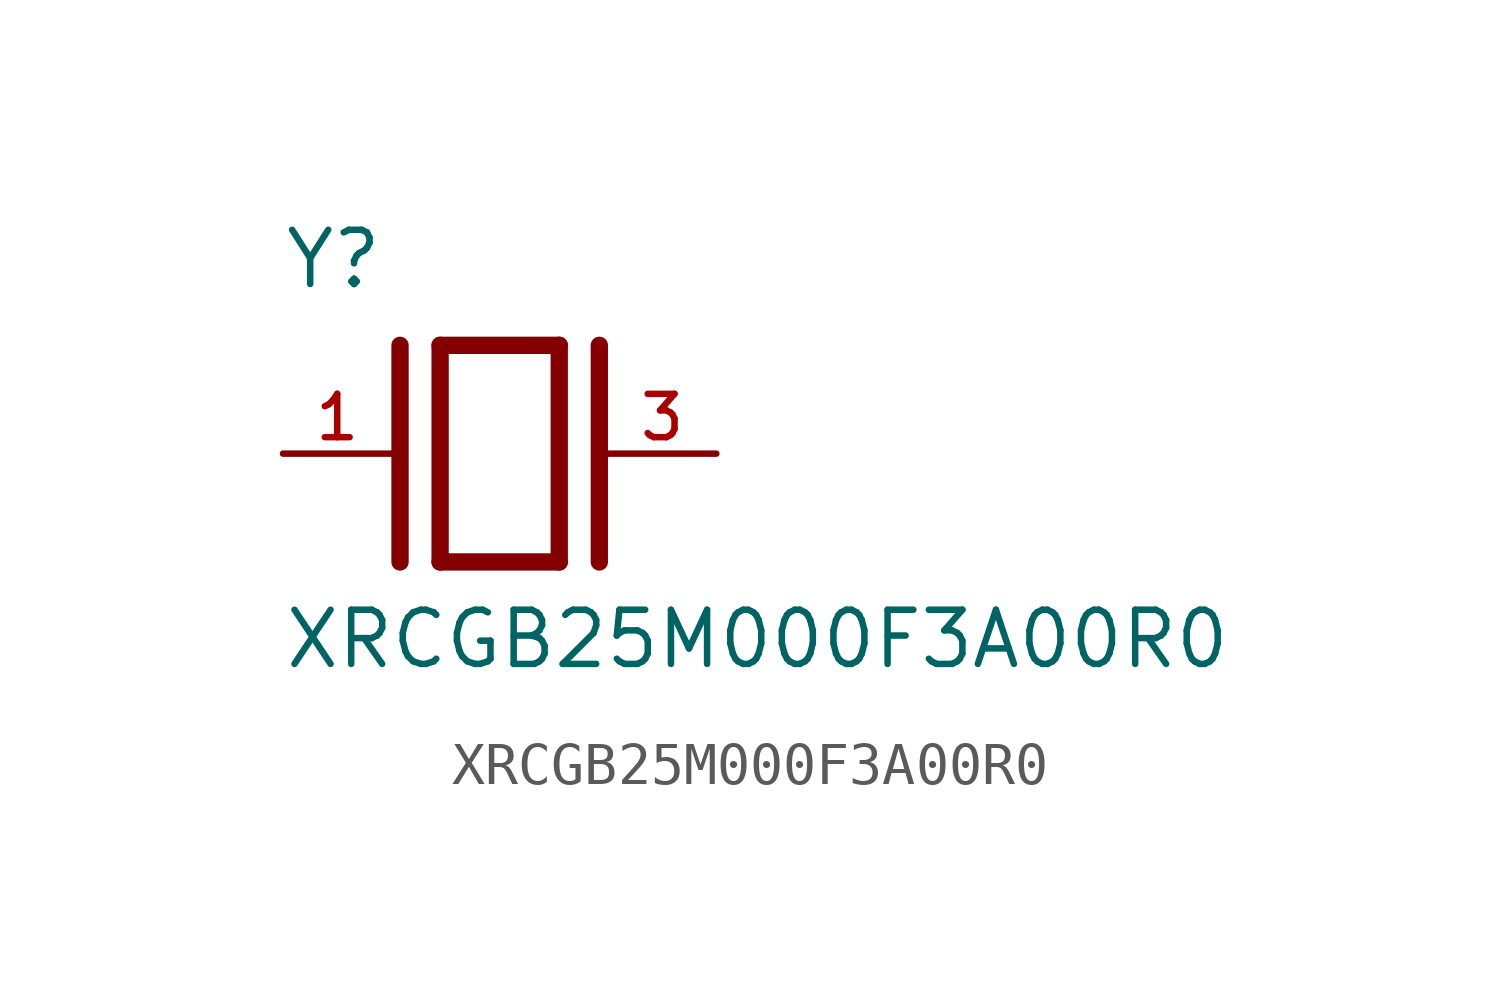
<source format=kicad_sym>
(kicad_symbol_lib
  (version 20211014)
  (generator kicad_symbol_editor)
  (symbol "XRCGB25M000F3A00R0"
    (pin_names
      (offset 1.016))
    (property "Reference" "Y"
      (at -5.088 3.816 0)
      (effects (font (size 1.27 1.27)) (justify bottom left)))
    (property "Value" "XRCGB25M000F3A00R0"
      (at -5.094 -5.094 0)
      (effects (font (size 1.27 1.27)) (justify bottom left)))
    (symbol "XRCGB25M000F3A00R0_0_0"
      (polyline (pts (xy -1.397 2.54) (xy 1.397 2.54)) (stroke (width 0.406)))
      (polyline (pts (xy 1.397 2.54) (xy 1.397 -2.54)) (stroke (width 0.406)))
      (polyline (pts (xy 1.397 -2.54) (xy -1.397 -2.54)) (stroke (width 0.406)))
      (polyline (pts (xy -1.397 2.54) (xy -1.397 -2.54)) (stroke (width 0.406)))
      (polyline (pts (xy 2.337 2.54) (xy 2.337 -2.54)) (stroke (width 0.406)))
      (polyline (pts (xy -2.337 2.54) (xy -2.337 -2.54)) (stroke (width 0.406)))
      (pin passive line (at 5.08 0.0 180.0) (length 2.54) (name "~" (effects (font (size 1.016 1.016)))) (number "3" (effects (font (size 1.016 1.016)))))
      (pin passive line (at -5.08 0.0 0) (length 2.54) (name "~" (effects (font (size 1.016 1.016)))) (number "1" (effects (font (size 1.016 1.016))))))))
</source>
